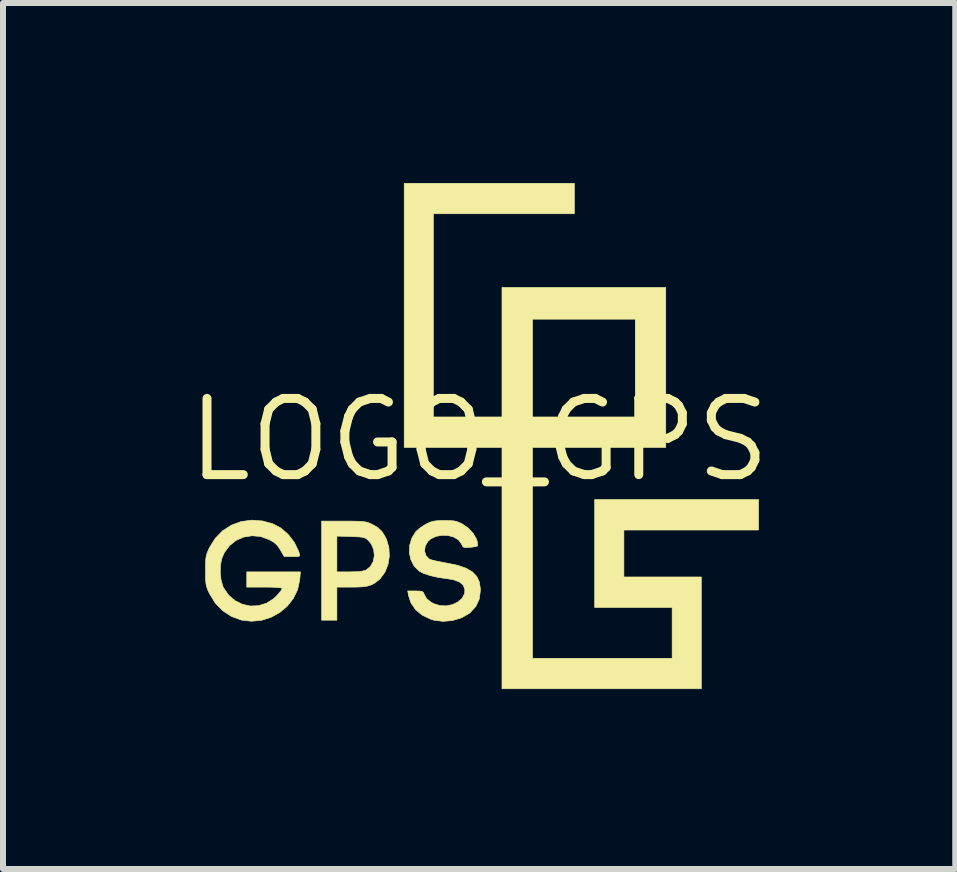
<source format=kicad_pcb>
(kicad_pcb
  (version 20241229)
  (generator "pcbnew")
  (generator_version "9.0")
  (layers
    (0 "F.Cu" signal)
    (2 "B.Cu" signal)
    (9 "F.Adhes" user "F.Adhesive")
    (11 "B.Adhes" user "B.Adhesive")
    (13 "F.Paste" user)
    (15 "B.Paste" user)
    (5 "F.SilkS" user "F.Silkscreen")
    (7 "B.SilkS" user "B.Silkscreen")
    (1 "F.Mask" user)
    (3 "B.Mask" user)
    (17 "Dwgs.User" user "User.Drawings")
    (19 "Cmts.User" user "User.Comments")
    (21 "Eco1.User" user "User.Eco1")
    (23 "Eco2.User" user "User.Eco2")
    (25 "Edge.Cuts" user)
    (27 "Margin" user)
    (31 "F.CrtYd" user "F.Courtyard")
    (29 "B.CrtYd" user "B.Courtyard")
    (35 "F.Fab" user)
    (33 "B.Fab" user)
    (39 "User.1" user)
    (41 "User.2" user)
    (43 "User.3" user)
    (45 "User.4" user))
  (footprint "LOGO_GPS"
    (layer "F.Cu")
    (at 4.936 4.281)
    (property "Reference" "LOGO_GPS" (at 0 0 0) (layer "F.SilkS") (effects (font (size 1.27 1.27) (thickness 0.15))))
    (attr through_hole)
    (fp_poly (pts (xy 1.587 -3.768) (xy -0.762 -3.768) (xy -0.762 -0.381) (xy 0.381 -0.381) (xy 0.381 -2.011) (xy 0.889 -2.011) (xy 0.889 -0.381) (xy 2.603 -0.381) (xy 2.603 -2.011) (xy 0.889 -2.011) (xy 0.381 -2.011) (xy 0.381 -2.54) (xy 3.111 -2.54) (xy 3.111 0.127) (xy 0.889 0.127) (xy 0.889 3.641) (xy 3.217 3.641) (xy 3.217 2.794) (xy 1.926 2.794) (xy 1.926 0.995) (xy 4.657 0.995) (xy 4.657 1.503) (xy 2.413 1.503) (xy 2.413 2.286) (xy 3.704 2.286) (xy 3.704 4.149) (xy 0.381 4.149) (xy 0.381 0.127) (xy -1.249 0.127) (xy -1.249 -4.276) (xy 1.587 -4.276) (xy 1.587 -3.768)) (stroke (width 0.01) (type solid)) (fill yes) (layer "F.SilkS"))
    (fp_poly (pts (xy -2.26 1.355) (xy -2.125 1.355) (xy -2.025 1.357) (xy -1.951 1.361) (xy -1.897 1.368) (xy -1.854 1.378) (xy -1.814 1.394) (xy -1.789 1.405) (xy -1.691 1.461) (xy -1.619 1.529) (xy -1.562 1.621) (xy -1.543 1.661) (xy -1.504 1.796) (xy -1.496 1.938) (xy -1.519 2.079) (xy -1.57 2.207) (xy -1.648 2.312) (xy -1.668 2.331) (xy -1.732 2.382) (xy -1.794 2.417) (xy -1.866 2.439) (xy -1.957 2.451) (xy -2.076 2.455) (xy -2.127 2.455) (xy -2.371 2.455) (xy -2.371 3.006) (xy -2.625 3.006) (xy -2.625 2.201) (xy -2.371 2.201) (xy -2.158 2.201) (xy -2.033 2.198) (xy -1.944 2.188) (xy -1.886 2.171) (xy -1.883 2.169) (xy -1.811 2.11) (xy -1.765 2.027) (xy -1.747 1.931) (xy -1.757 1.831) (xy -1.797 1.738) (xy -1.842 1.682) (xy -1.873 1.654) (xy -1.903 1.636) (xy -1.942 1.625) (xy -1.999 1.618) (xy -2.084 1.614) (xy -2.139 1.612) (xy -2.371 1.605) (xy -2.371 2.201) (xy -2.625 2.201) (xy -2.625 1.355) (xy -2.26 1.355)) (stroke (width 0.01) (type solid)) (fill yes) (layer "F.SilkS"))
    (fp_poly (pts (xy -3.611 1.352) (xy -3.438 1.4) (xy -3.303 1.471) (xy -3.183 1.576) (xy -3.082 1.706) (xy -3.01 1.854) (xy -2.995 1.9) (xy -2.99 1.926) (xy -3 1.94) (xy -3.033 1.946) (xy -3.098 1.947) (xy -3.115 1.947) (xy -3.249 1.946) (xy -3.313 1.836) (xy -3.362 1.762) (xy -3.42 1.709) (xy -3.497 1.664) (xy -3.641 1.612) (xy -3.785 1.599) (xy -3.924 1.621) (xy -4.051 1.676) (xy -4.16 1.763) (xy -4.246 1.878) (xy -4.288 1.974) (xy -4.311 2.086) (xy -4.315 2.213) (xy -4.301 2.338) (xy -4.27 2.445) (xy -4.26 2.466) (xy -4.175 2.589) (xy -4.068 2.681) (xy -3.944 2.742) (xy -3.812 2.77) (xy -3.677 2.764) (xy -3.546 2.724) (xy -3.425 2.648) (xy -3.375 2.6) (xy -3.326 2.545) (xy -3.292 2.5) (xy -3.281 2.477) (xy -3.302 2.468) (xy -3.363 2.461) (xy -3.463 2.456) (xy -3.577 2.455) (xy -3.873 2.455) (xy -3.873 2.201) (xy -2.978 2.201) (xy -2.991 2.338) (xy -3.026 2.499) (xy -3.097 2.645) (xy -3.198 2.773) (xy -3.323 2.878) (xy -3.467 2.958) (xy -3.626 3.008) (xy -3.793 3.024) (xy -3.963 3.004) (xy -3.964 3.004) (xy -4.128 2.944) (xy -4.275 2.848) (xy -4.399 2.72) (xy -4.494 2.565) (xy -4.495 2.564) (xy -4.524 2.5) (xy -4.543 2.447) (xy -4.554 2.391) (xy -4.56 2.323) (xy -4.561 2.229) (xy -4.561 2.18) (xy -4.561 2.072) (xy -4.557 1.995) (xy -4.549 1.936) (xy -4.533 1.884) (xy -4.508 1.826) (xy -4.496 1.799) (xy -4.399 1.643) (xy -4.276 1.517) (xy -4.131 1.423) (xy -3.969 1.363) (xy -3.794 1.339) (xy -3.611 1.352)) (stroke (width 0.01) (type solid)) (fill yes) (layer "F.SilkS"))
    (fp_poly (pts (xy -0.485 1.346) (xy -0.415 1.352) (xy -0.359 1.367) (xy -0.302 1.391) (xy -0.28 1.403) (xy -0.182 1.47) (xy -0.101 1.557) (xy -0.045 1.651) (xy -0.031 1.696) (xy -0.024 1.744) (xy -0.027 1.77) (xy -0.028 1.77) (xy -0.053 1.778) (xy -0.106 1.787) (xy -0.151 1.792) (xy -0.217 1.797) (xy -0.254 1.793) (xy -0.276 1.773) (xy -0.294 1.735) (xy -0.344 1.668) (xy -0.422 1.621) (xy -0.517 1.595) (xy -0.62 1.591) (xy -0.72 1.61) (xy -0.808 1.652) (xy -0.856 1.696) (xy -0.899 1.772) (xy -0.909 1.853) (xy -0.888 1.927) (xy -0.836 1.983) (xy -0.824 1.99) (xy -0.787 2.003) (xy -0.718 2.02) (xy -0.627 2.038) (xy -0.536 2.055) (xy -0.357 2.092) (xy -0.217 2.14) (xy -0.112 2.201) (xy -0.04 2.277) (xy 0.004 2.37) (xy 0.021 2.484) (xy 0.021 2.512) (xy 0.002 2.654) (xy -0.054 2.776) (xy -0.149 2.88) (xy -0.167 2.894) (xy -0.294 2.967) (xy -0.441 3.011) (xy -0.597 3.026) (xy -0.747 3.008) (xy -0.802 2.992) (xy -0.947 2.924) (xy -1.059 2.831) (xy -1.137 2.717) (xy -1.176 2.598) (xy -1.19 2.519) (xy -1.062 2.519) (xy -0.99 2.521) (xy -0.949 2.528) (xy -0.928 2.545) (xy -0.92 2.566) (xy -0.877 2.645) (xy -0.8 2.708) (xy -0.751 2.733) (xy -0.648 2.764) (xy -0.542 2.767) (xy -0.441 2.745) (xy -0.352 2.702) (xy -0.284 2.642) (xy -0.244 2.568) (xy -0.237 2.499) (xy -0.263 2.425) (xy -0.327 2.369) (xy -0.429 2.332) (xy -0.513 2.318) (xy -0.679 2.294) (xy -0.823 2.261) (xy -0.936 2.222) (xy -0.999 2.188) (xy -1.083 2.106) (xy -1.137 2.001) (xy -1.163 1.883) (xy -1.158 1.76) (xy -1.123 1.641) (xy -1.058 1.535) (xy -1.041 1.517) (xy -0.989 1.472) (xy -0.918 1.424) (xy -0.878 1.401) (xy -0.819 1.373) (xy -0.762 1.356) (xy -0.693 1.348) (xy -0.599 1.345) (xy -0.582 1.345) (xy -0.485 1.346)) (stroke (width 0.01) (type solid)) (fill yes) (layer "F.SilkS")))
  (gr_rect
    (start -3 -3)
    (end 12.872 11.434)
    (stroke (width 0.1) (type default))
    (fill no)
    (layer "Edge.Cuts")))
</source>
